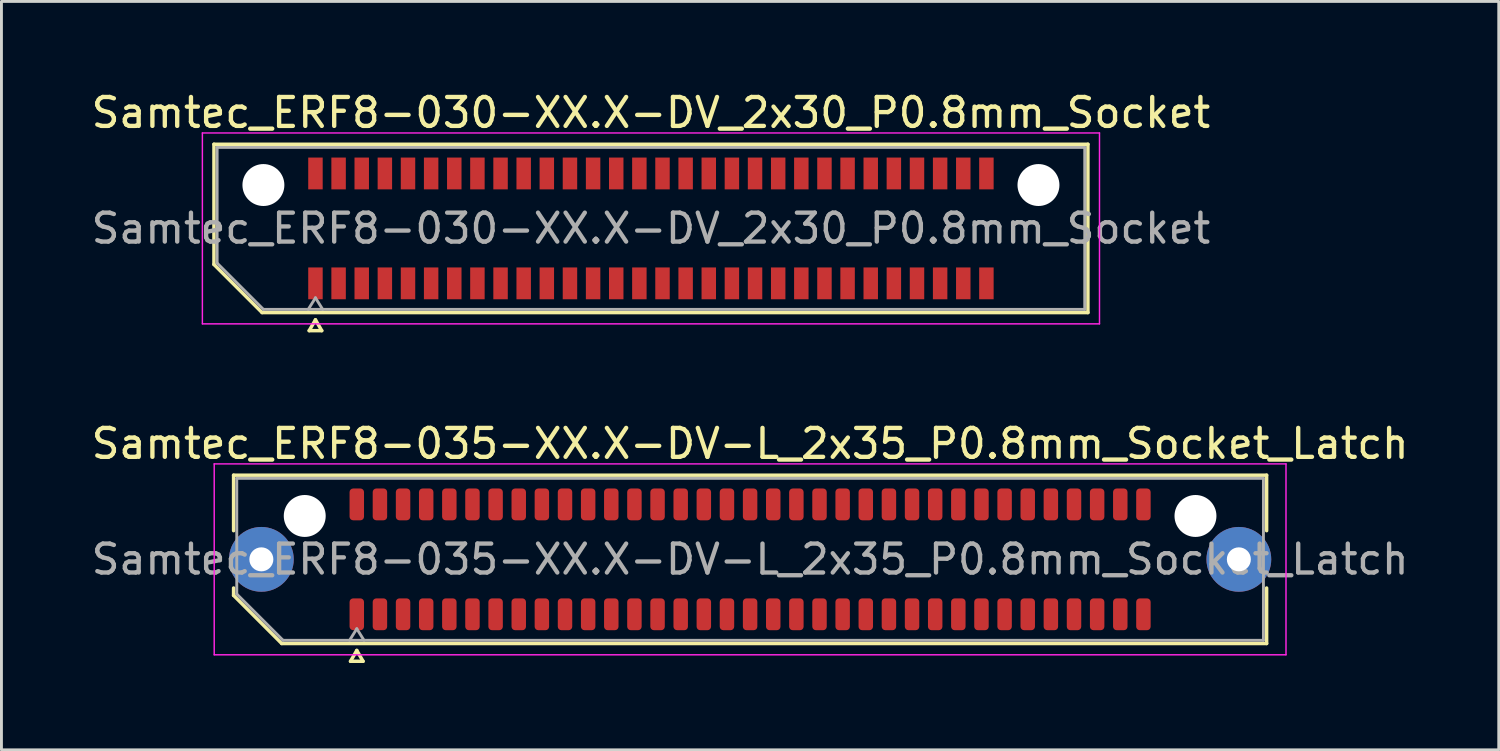
<source format=kicad_pcb>
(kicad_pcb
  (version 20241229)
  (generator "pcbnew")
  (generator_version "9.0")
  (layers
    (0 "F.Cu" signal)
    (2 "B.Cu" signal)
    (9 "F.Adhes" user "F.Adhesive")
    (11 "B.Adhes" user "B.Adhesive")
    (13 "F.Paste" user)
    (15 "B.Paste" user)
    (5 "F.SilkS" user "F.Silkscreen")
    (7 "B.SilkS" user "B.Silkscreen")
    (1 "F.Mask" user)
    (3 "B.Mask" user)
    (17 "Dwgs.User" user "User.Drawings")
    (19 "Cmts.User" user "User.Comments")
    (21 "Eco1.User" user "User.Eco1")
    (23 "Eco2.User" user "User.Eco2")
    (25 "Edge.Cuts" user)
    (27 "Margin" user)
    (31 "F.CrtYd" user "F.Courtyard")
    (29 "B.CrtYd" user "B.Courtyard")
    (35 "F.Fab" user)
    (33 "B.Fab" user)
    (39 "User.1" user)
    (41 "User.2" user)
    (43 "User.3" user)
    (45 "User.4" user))
  (footprint "Samtec_ERF8-035-XX.X-DV-L_2x35_P0.8mm_Socket_Latch"
    (layer "F.Cu")
    (at 22.887 16.291)
    (property "Reference" "Samtec_ERF8-035-XX.X-DV-L_2x35_P0.8mm_Socket_Latch" (at 0 -4 0) (layer "F.SilkS") (effects (font (size 1 1) (thickness 0.15))))
    (attr smd)
    (fp_line (start -17.86 -2.91) (end 17.86 -2.91) (stroke (width 0.12) (type solid)) (layer "F.SilkS"))
    (fp_line (start -17.86 -0.991) (end -17.86 -2.91) (stroke (width 0.12) (type solid)) (layer "F.SilkS"))
    (fp_line (start -17.86 1.246) (end -17.86 0.991) (stroke (width 0.12) (type solid)) (layer "F.SilkS"))
    (fp_line (start -16.196 2.91) (end -17.86 1.246) (stroke (width 0.12) (type solid)) (layer "F.SilkS"))
    (fp_line (start -13.817 3.525) (end -13.6 3.15) (stroke (width 0.12) (type solid)) (layer "F.SilkS"))
    (fp_line (start -13.6 3.15) (end -13.383 3.525) (stroke (width 0.12) (type solid)) (layer "F.SilkS"))
    (fp_line (start -13.383 3.525) (end -13.817 3.525) (stroke (width 0.12) (type solid)) (layer "F.SilkS"))
    (fp_line (start 17.86 -2.91) (end 17.86 -0.991) (stroke (width 0.12) (type solid)) (layer "F.SilkS"))
    (fp_line (start 17.86 0.991) (end 17.86 2.91) (stroke (width 0.12) (type solid)) (layer "F.SilkS"))
    (fp_line (start 17.86 2.91) (end -16.196 2.91) (stroke (width 0.12) (type solid)) (layer "F.SilkS"))
    (fp_line (start -18.53 -3.3) (end -18.53 3.3) (stroke (width 0.05) (type solid)) (layer "F.CrtYd"))
    (fp_line (start -18.53 3.3) (end 18.53 3.3) (stroke (width 0.05) (type solid)) (layer "F.CrtYd"))
    (fp_line (start 18.53 -3.3) (end -18.53 -3.3) (stroke (width 0.05) (type solid)) (layer "F.CrtYd"))
    (fp_line (start 18.53 3.3) (end 18.53 -3.3) (stroke (width 0.05) (type solid)) (layer "F.CrtYd"))
    (fp_line (start -17.75 -2.8) (end 17.75 -2.8) (stroke (width 0.1) (type solid)) (layer "F.Fab"))
    (fp_line (start -17.75 1.2) (end -17.75 -2.8) (stroke (width 0.1) (type solid)) (layer "F.Fab"))
    (fp_line (start -16.15 2.8) (end -17.75 1.2) (stroke (width 0.1) (type solid)) (layer "F.Fab"))
    (fp_line (start -13.6 2.4) (end -13.85 2.8) (stroke (width 0.1) (type solid)) (layer "F.Fab"))
    (fp_line (start -13.6 2.4) (end -13.35 2.8) (stroke (width 0.1) (type solid)) (layer "F.Fab"))
    (fp_line (start 17.75 -2.8) (end 17.75 2.8) (stroke (width 0.1) (type solid)) (layer "F.Fab"))
    (fp_line (start 17.75 2.8) (end -16.15 2.8) (stroke (width 0.1) (type solid)) (layer "F.Fab"))
    (fp_text user "${REFERENCE}" (at 0 0 0) (layer "F.Fab") (effects (font (size 1 1) (thickness 0.15))))
    (pad "" thru_hole circle (at -16.9 0) (size 2.24 2.24) (drill 0.83) (layers "*.Cu" "*.Mask" "F.Paste"))
    (pad "" np_thru_hole circle (at -15.4 -1.5) (size 1.45 1.45) (drill 1.45) (layers "*.Cu" "*.Mask"))
    (pad "" np_thru_hole circle (at 15.4 -1.5) (size 1.45 1.45) (drill 1.45) (layers "*.Cu" "*.Mask"))
    (pad "" thru_hole circle (at 16.9 0) (size 2.24 2.24) (drill 0.83) (layers "*.Cu" "*.Mask" "F.Paste"))
    (pad "1" smd roundrect (at -13.6 1.9) (size 0.5 1.1) (layers "F.Cu" "F.Mask" "F.Paste") (roundrect_rratio 0.25))
    (pad "2" smd roundrect (at -13.6 -1.9) (size 0.5 1.1) (layers "F.Cu" "F.Mask" "F.Paste") (roundrect_rratio 0.25))
    (pad "3" smd roundrect (at -12.8 1.9) (size 0.5 1.1) (layers "F.Cu" "F.Mask" "F.Paste") (roundrect_rratio 0.25))
    (pad "4" smd roundrect (at -12.8 -1.9) (size 0.5 1.1) (layers "F.Cu" "F.Mask" "F.Paste") (roundrect_rratio 0.25))
    (pad "5" smd roundrect (at -12 1.9) (size 0.5 1.1) (layers "F.Cu" "F.Mask" "F.Paste") (roundrect_rratio 0.25))
    (pad "6" smd roundrect (at -12 -1.9) (size 0.5 1.1) (layers "F.Cu" "F.Mask" "F.Paste") (roundrect_rratio 0.25))
    (pad "7" smd roundrect (at -11.2 1.9) (size 0.5 1.1) (layers "F.Cu" "F.Mask" "F.Paste") (roundrect_rratio 0.25))
    (pad "8" smd roundrect (at -11.2 -1.9) (size 0.5 1.1) (layers "F.Cu" "F.Mask" "F.Paste") (roundrect_rratio 0.25))
    (pad "9" smd roundrect (at -10.4 1.9) (size 0.5 1.1) (layers "F.Cu" "F.Mask" "F.Paste") (roundrect_rratio 0.25))
    (pad "10" smd roundrect (at -10.4 -1.9) (size 0.5 1.1) (layers "F.Cu" "F.Mask" "F.Paste") (roundrect_rratio 0.25))
    (pad "11" smd roundrect (at -9.6 1.9) (size 0.5 1.1) (layers "F.Cu" "F.Mask" "F.Paste") (roundrect_rratio 0.25))
    (pad "12" smd roundrect (at -9.6 -1.9) (size 0.5 1.1) (layers "F.Cu" "F.Mask" "F.Paste") (roundrect_rratio 0.25))
    (pad "13" smd roundrect (at -8.8 1.9) (size 0.5 1.1) (layers "F.Cu" "F.Mask" "F.Paste") (roundrect_rratio 0.25))
    (pad "14" smd roundrect (at -8.8 -1.9) (size 0.5 1.1) (layers "F.Cu" "F.Mask" "F.Paste") (roundrect_rratio 0.25))
    (pad "15" smd roundrect (at -8 1.9) (size 0.5 1.1) (layers "F.Cu" "F.Mask" "F.Paste") (roundrect_rratio 0.25))
    (pad "16" smd roundrect (at -8 -1.9) (size 0.5 1.1) (layers "F.Cu" "F.Mask" "F.Paste") (roundrect_rratio 0.25))
    (pad "17" smd roundrect (at -7.2 1.9) (size 0.5 1.1) (layers "F.Cu" "F.Mask" "F.Paste") (roundrect_rratio 0.25))
    (pad "18" smd roundrect (at -7.2 -1.9) (size 0.5 1.1) (layers "F.Cu" "F.Mask" "F.Paste") (roundrect_rratio 0.25))
    (pad "19" smd roundrect (at -6.4 1.9) (size 0.5 1.1) (layers "F.Cu" "F.Mask" "F.Paste") (roundrect_rratio 0.25))
    (pad "20" smd roundrect (at -6.4 -1.9) (size 0.5 1.1) (layers "F.Cu" "F.Mask" "F.Paste") (roundrect_rratio 0.25))
    (pad "21" smd roundrect (at -5.6 1.9) (size 0.5 1.1) (layers "F.Cu" "F.Mask" "F.Paste") (roundrect_rratio 0.25))
    (pad "22" smd roundrect (at -5.6 -1.9) (size 0.5 1.1) (layers "F.Cu" "F.Mask" "F.Paste") (roundrect_rratio 0.25))
    (pad "23" smd roundrect (at -4.8 1.9) (size 0.5 1.1) (layers "F.Cu" "F.Mask" "F.Paste") (roundrect_rratio 0.25))
    (pad "24" smd roundrect (at -4.8 -1.9) (size 0.5 1.1) (layers "F.Cu" "F.Mask" "F.Paste") (roundrect_rratio 0.25))
    (pad "25" smd roundrect (at -4 1.9) (size 0.5 1.1) (layers "F.Cu" "F.Mask" "F.Paste") (roundrect_rratio 0.25))
    (pad "26" smd roundrect (at -4 -1.9) (size 0.5 1.1) (layers "F.Cu" "F.Mask" "F.Paste") (roundrect_rratio 0.25))
    (pad "27" smd roundrect (at -3.2 1.9) (size 0.5 1.1) (layers "F.Cu" "F.Mask" "F.Paste") (roundrect_rratio 0.25))
    (pad "28" smd roundrect (at -3.2 -1.9) (size 0.5 1.1) (layers "F.Cu" "F.Mask" "F.Paste") (roundrect_rratio 0.25))
    (pad "29" smd roundrect (at -2.4 1.9) (size 0.5 1.1) (layers "F.Cu" "F.Mask" "F.Paste") (roundrect_rratio 0.25))
    (pad "30" smd roundrect (at -2.4 -1.9) (size 0.5 1.1) (layers "F.Cu" "F.Mask" "F.Paste") (roundrect_rratio 0.25))
    (pad "31" smd roundrect (at -1.6 1.9) (size 0.5 1.1) (layers "F.Cu" "F.Mask" "F.Paste") (roundrect_rratio 0.25))
    (pad "32" smd roundrect (at -1.6 -1.9) (size 0.5 1.1) (layers "F.Cu" "F.Mask" "F.Paste") (roundrect_rratio 0.25))
    (pad "33" smd roundrect (at -0.8 1.9) (size 0.5 1.1) (layers "F.Cu" "F.Mask" "F.Paste") (roundrect_rratio 0.25))
    (pad "34" smd roundrect (at -0.8 -1.9) (size 0.5 1.1) (layers "F.Cu" "F.Mask" "F.Paste") (roundrect_rratio 0.25))
    (pad "35" smd roundrect (at 0 1.9) (size 0.5 1.1) (layers "F.Cu" "F.Mask" "F.Paste") (roundrect_rratio 0.25))
    (pad "36" smd roundrect (at 0 -1.9) (size 0.5 1.1) (layers "F.Cu" "F.Mask" "F.Paste") (roundrect_rratio 0.25))
    (pad "37" smd roundrect (at 0.8 1.9) (size 0.5 1.1) (layers "F.Cu" "F.Mask" "F.Paste") (roundrect_rratio 0.25))
    (pad "38" smd roundrect (at 0.8 -1.9) (size 0.5 1.1) (layers "F.Cu" "F.Mask" "F.Paste") (roundrect_rratio 0.25))
    (pad "39" smd roundrect (at 1.6 1.9) (size 0.5 1.1) (layers "F.Cu" "F.Mask" "F.Paste") (roundrect_rratio 0.25))
    (pad "40" smd roundrect (at 1.6 -1.9) (size 0.5 1.1) (layers "F.Cu" "F.Mask" "F.Paste") (roundrect_rratio 0.25))
    (pad "41" smd roundrect (at 2.4 1.9) (size 0.5 1.1) (layers "F.Cu" "F.Mask" "F.Paste") (roundrect_rratio 0.25))
    (pad "42" smd roundrect (at 2.4 -1.9) (size 0.5 1.1) (layers "F.Cu" "F.Mask" "F.Paste") (roundrect_rratio 0.25))
    (pad "43" smd roundrect (at 3.2 1.9) (size 0.5 1.1) (layers "F.Cu" "F.Mask" "F.Paste") (roundrect_rratio 0.25))
    (pad "44" smd roundrect (at 3.2 -1.9) (size 0.5 1.1) (layers "F.Cu" "F.Mask" "F.Paste") (roundrect_rratio 0.25))
    (pad "45" smd roundrect (at 4 1.9) (size 0.5 1.1) (layers "F.Cu" "F.Mask" "F.Paste") (roundrect_rratio 0.25))
    (pad "46" smd roundrect (at 4 -1.9) (size 0.5 1.1) (layers "F.Cu" "F.Mask" "F.Paste") (roundrect_rratio 0.25))
    (pad "47" smd roundrect (at 4.8 1.9) (size 0.5 1.1) (layers "F.Cu" "F.Mask" "F.Paste") (roundrect_rratio 0.25))
    (pad "48" smd roundrect (at 4.8 -1.9) (size 0.5 1.1) (layers "F.Cu" "F.Mask" "F.Paste") (roundrect_rratio 0.25))
    (pad "49" smd roundrect (at 5.6 1.9) (size 0.5 1.1) (layers "F.Cu" "F.Mask" "F.Paste") (roundrect_rratio 0.25))
    (pad "50" smd roundrect (at 5.6 -1.9) (size 0.5 1.1) (layers "F.Cu" "F.Mask" "F.Paste") (roundrect_rratio 0.25))
    (pad "51" smd roundrect (at 6.4 1.9) (size 0.5 1.1) (layers "F.Cu" "F.Mask" "F.Paste") (roundrect_rratio 0.25))
    (pad "52" smd roundrect (at 6.4 -1.9) (size 0.5 1.1) (layers "F.Cu" "F.Mask" "F.Paste") (roundrect_rratio 0.25))
    (pad "53" smd roundrect (at 7.2 1.9) (size 0.5 1.1) (layers "F.Cu" "F.Mask" "F.Paste") (roundrect_rratio 0.25))
    (pad "54" smd roundrect (at 7.2 -1.9) (size 0.5 1.1) (layers "F.Cu" "F.Mask" "F.Paste") (roundrect_rratio 0.25))
    (pad "55" smd roundrect (at 8 1.9) (size 0.5 1.1) (layers "F.Cu" "F.Mask" "F.Paste") (roundrect_rratio 0.25))
    (pad "56" smd roundrect (at 8 -1.9) (size 0.5 1.1) (layers "F.Cu" "F.Mask" "F.Paste") (roundrect_rratio 0.25))
    (pad "57" smd roundrect (at 8.8 1.9) (size 0.5 1.1) (layers "F.Cu" "F.Mask" "F.Paste") (roundrect_rratio 0.25))
    (pad "58" smd roundrect (at 8.8 -1.9) (size 0.5 1.1) (layers "F.Cu" "F.Mask" "F.Paste") (roundrect_rratio 0.25))
    (pad "59" smd roundrect (at 9.6 1.9) (size 0.5 1.1) (layers "F.Cu" "F.Mask" "F.Paste") (roundrect_rratio 0.25))
    (pad "60" smd roundrect (at 9.6 -1.9) (size 0.5 1.1) (layers "F.Cu" "F.Mask" "F.Paste") (roundrect_rratio 0.25))
    (pad "61" smd roundrect (at 10.4 1.9) (size 0.5 1.1) (layers "F.Cu" "F.Mask" "F.Paste") (roundrect_rratio 0.25))
    (pad "62" smd roundrect (at 10.4 -1.9) (size 0.5 1.1) (layers "F.Cu" "F.Mask" "F.Paste") (roundrect_rratio 0.25))
    (pad "63" smd roundrect (at 11.2 1.9) (size 0.5 1.1) (layers "F.Cu" "F.Mask" "F.Paste") (roundrect_rratio 0.25))
    (pad "64" smd roundrect (at 11.2 -1.9) (size 0.5 1.1) (layers "F.Cu" "F.Mask" "F.Paste") (roundrect_rratio 0.25))
    (pad "65" smd roundrect (at 12 1.9) (size 0.5 1.1) (layers "F.Cu" "F.Mask" "F.Paste") (roundrect_rratio 0.25))
    (pad "66" smd roundrect (at 12 -1.9) (size 0.5 1.1) (layers "F.Cu" "F.Mask" "F.Paste") (roundrect_rratio 0.25))
    (pad "67" smd roundrect (at 12.8 1.9) (size 0.5 1.1) (layers "F.Cu" "F.Mask" "F.Paste") (roundrect_rratio 0.25))
    (pad "68" smd roundrect (at 12.8 -1.9) (size 0.5 1.1) (layers "F.Cu" "F.Mask" "F.Paste") (roundrect_rratio 0.25))
    (pad "69" smd roundrect (at 13.6 1.9) (size 0.5 1.1) (layers "F.Cu" "F.Mask" "F.Paste") (roundrect_rratio 0.25))
    (pad "70" smd roundrect (at 13.6 -1.9) (size 0.5 1.1) (layers "F.Cu" "F.Mask" "F.Paste") (roundrect_rratio 0.25)))
  (footprint "Samtec_ERF8-030-XX.X-DV_2x30_P0.8mm_Socket"
    (layer "F.Cu")
    (at 19.458 4.848)
    (property "Reference" "Samtec_ERF8-030-XX.X-DV_2x30_P0.8mm_Socket" (at 0 -4 0) (layer "F.SilkS") (effects (font (size 1 1) (thickness 0.15))))
    (attr smd)
    (fp_line (start -15.11 -2.91) (end 15.11 -2.91) (stroke (width 0.12) (type solid)) (layer "F.SilkS"))
    (fp_line (start -15.11 1.246) (end -15.11 -2.91) (stroke (width 0.12) (type solid)) (layer "F.SilkS"))
    (fp_line (start -13.446 2.91) (end -15.11 1.246) (stroke (width 0.12) (type solid)) (layer "F.SilkS"))
    (fp_line (start -11.817 3.535) (end -11.6 3.16) (stroke (width 0.12) (type solid)) (layer "F.SilkS"))
    (fp_line (start -11.6 3.16) (end -11.383 3.535) (stroke (width 0.12) (type solid)) (layer "F.SilkS"))
    (fp_line (start -11.383 3.535) (end -11.817 3.535) (stroke (width 0.12) (type solid)) (layer "F.SilkS"))
    (fp_line (start 15.11 -2.91) (end 15.11 2.91) (stroke (width 0.12) (type solid)) (layer "F.SilkS"))
    (fp_line (start 15.11 2.91) (end -13.446 2.91) (stroke (width 0.12) (type solid)) (layer "F.SilkS"))
    (fp_line (start -15.51 -3.3) (end -15.51 3.3) (stroke (width 0.05) (type solid)) (layer "F.CrtYd"))
    (fp_line (start -15.51 3.3) (end 15.51 3.3) (stroke (width 0.05) (type solid)) (layer "F.CrtYd"))
    (fp_line (start 15.51 -3.3) (end -15.51 -3.3) (stroke (width 0.05) (type solid)) (layer "F.CrtYd"))
    (fp_line (start 15.51 3.3) (end 15.51 -3.3) (stroke (width 0.05) (type solid)) (layer "F.CrtYd"))
    (fp_line (start -15 -2.8) (end 15 -2.8) (stroke (width 0.1) (type solid)) (layer "F.Fab"))
    (fp_line (start -15 1.2) (end -15 -2.8) (stroke (width 0.1) (type solid)) (layer "F.Fab"))
    (fp_line (start -13.4 2.8) (end -15 1.2) (stroke (width 0.1) (type solid)) (layer "F.Fab"))
    (fp_line (start -11.6 2.4) (end -11.85 2.8) (stroke (width 0.1) (type solid)) (layer "F.Fab"))
    (fp_line (start -11.6 2.4) (end -11.35 2.8) (stroke (width 0.1) (type solid)) (layer "F.Fab"))
    (fp_line (start 15 -2.8) (end 15 2.8) (stroke (width 0.1) (type solid)) (layer "F.Fab"))
    (fp_line (start 15 2.8) (end -13.4 2.8) (stroke (width 0.1) (type solid)) (layer "F.Fab"))
    (fp_text user "${REFERENCE}" (at 0 0 0) (layer "F.Fab") (effects (font (size 1 1) (thickness 0.15))))
    (pad "" np_thru_hole circle (at -13.4 -1.5) (size 1.45 1.45) (drill 1.45) (layers "*.Cu" "*.Mask"))
    (pad "" np_thru_hole circle (at 13.4 -1.5) (size 1.45 1.45) (drill 1.45) (layers "*.Cu" "*.Mask"))
    (pad "1" smd rect (at -11.6 1.9) (size 0.5 1.1) (layers "F.Cu" "F.Mask" "F.Paste"))
    (pad "2" smd rect (at -11.6 -1.9) (size 0.5 1.1) (layers "F.Cu" "F.Mask" "F.Paste"))
    (pad "3" smd rect (at -10.8 1.9) (size 0.5 1.1) (layers "F.Cu" "F.Mask" "F.Paste"))
    (pad "4" smd rect (at -10.8 -1.9) (size 0.5 1.1) (layers "F.Cu" "F.Mask" "F.Paste"))
    (pad "5" smd rect (at -10 1.9) (size 0.5 1.1) (layers "F.Cu" "F.Mask" "F.Paste"))
    (pad "6" smd rect (at -10 -1.9) (size 0.5 1.1) (layers "F.Cu" "F.Mask" "F.Paste"))
    (pad "7" smd rect (at -9.2 1.9) (size 0.5 1.1) (layers "F.Cu" "F.Mask" "F.Paste"))
    (pad "8" smd rect (at -9.2 -1.9) (size 0.5 1.1) (layers "F.Cu" "F.Mask" "F.Paste"))
    (pad "9" smd rect (at -8.4 1.9) (size 0.5 1.1) (layers "F.Cu" "F.Mask" "F.Paste"))
    (pad "10" smd rect (at -8.4 -1.9) (size 0.5 1.1) (layers "F.Cu" "F.Mask" "F.Paste"))
    (pad "11" smd rect (at -7.6 1.9) (size 0.5 1.1) (layers "F.Cu" "F.Mask" "F.Paste"))
    (pad "12" smd rect (at -7.6 -1.9) (size 0.5 1.1) (layers "F.Cu" "F.Mask" "F.Paste"))
    (pad "13" smd rect (at -6.8 1.9) (size 0.5 1.1) (layers "F.Cu" "F.Mask" "F.Paste"))
    (pad "14" smd rect (at -6.8 -1.9) (size 0.5 1.1) (layers "F.Cu" "F.Mask" "F.Paste"))
    (pad "15" smd rect (at -6 1.9) (size 0.5 1.1) (layers "F.Cu" "F.Mask" "F.Paste"))
    (pad "16" smd rect (at -6 -1.9) (size 0.5 1.1) (layers "F.Cu" "F.Mask" "F.Paste"))
    (pad "17" smd rect (at -5.2 1.9) (size 0.5 1.1) (layers "F.Cu" "F.Mask" "F.Paste"))
    (pad "18" smd rect (at -5.2 -1.9) (size 0.5 1.1) (layers "F.Cu" "F.Mask" "F.Paste"))
    (pad "19" smd rect (at -4.4 1.9) (size 0.5 1.1) (layers "F.Cu" "F.Mask" "F.Paste"))
    (pad "20" smd rect (at -4.4 -1.9) (size 0.5 1.1) (layers "F.Cu" "F.Mask" "F.Paste"))
    (pad "21" smd rect (at -3.6 1.9) (size 0.5 1.1) (layers "F.Cu" "F.Mask" "F.Paste"))
    (pad "22" smd rect (at -3.6 -1.9) (size 0.5 1.1) (layers "F.Cu" "F.Mask" "F.Paste"))
    (pad "23" smd rect (at -2.8 1.9) (size 0.5 1.1) (layers "F.Cu" "F.Mask" "F.Paste"))
    (pad "24" smd rect (at -2.8 -1.9) (size 0.5 1.1) (layers "F.Cu" "F.Mask" "F.Paste"))
    (pad "25" smd rect (at -2 1.9) (size 0.5 1.1) (layers "F.Cu" "F.Mask" "F.Paste"))
    (pad "26" smd rect (at -2 -1.9) (size 0.5 1.1) (layers "F.Cu" "F.Mask" "F.Paste"))
    (pad "27" smd rect (at -1.2 1.9) (size 0.5 1.1) (layers "F.Cu" "F.Mask" "F.Paste"))
    (pad "28" smd rect (at -1.2 -1.9) (size 0.5 1.1) (layers "F.Cu" "F.Mask" "F.Paste"))
    (pad "29" smd rect (at -0.4 1.9) (size 0.5 1.1) (layers "F.Cu" "F.Mask" "F.Paste"))
    (pad "30" smd rect (at -0.4 -1.9) (size 0.5 1.1) (layers "F.Cu" "F.Mask" "F.Paste"))
    (pad "31" smd rect (at 0.4 1.9) (size 0.5 1.1) (layers "F.Cu" "F.Mask" "F.Paste"))
    (pad "32" smd rect (at 0.4 -1.9) (size 0.5 1.1) (layers "F.Cu" "F.Mask" "F.Paste"))
    (pad "33" smd rect (at 1.2 1.9) (size 0.5 1.1) (layers "F.Cu" "F.Mask" "F.Paste"))
    (pad "34" smd rect (at 1.2 -1.9) (size 0.5 1.1) (layers "F.Cu" "F.Mask" "F.Paste"))
    (pad "35" smd rect (at 2 1.9) (size 0.5 1.1) (layers "F.Cu" "F.Mask" "F.Paste"))
    (pad "36" smd rect (at 2 -1.9) (size 0.5 1.1) (layers "F.Cu" "F.Mask" "F.Paste"))
    (pad "37" smd rect (at 2.8 1.9) (size 0.5 1.1) (layers "F.Cu" "F.Mask" "F.Paste"))
    (pad "38" smd rect (at 2.8 -1.9) (size 0.5 1.1) (layers "F.Cu" "F.Mask" "F.Paste"))
    (pad "39" smd rect (at 3.6 1.9) (size 0.5 1.1) (layers "F.Cu" "F.Mask" "F.Paste"))
    (pad "40" smd rect (at 3.6 -1.9) (size 0.5 1.1) (layers "F.Cu" "F.Mask" "F.Paste"))
    (pad "41" smd rect (at 4.4 1.9) (size 0.5 1.1) (layers "F.Cu" "F.Mask" "F.Paste"))
    (pad "42" smd rect (at 4.4 -1.9) (size 0.5 1.1) (layers "F.Cu" "F.Mask" "F.Paste"))
    (pad "43" smd rect (at 5.2 1.9) (size 0.5 1.1) (layers "F.Cu" "F.Mask" "F.Paste"))
    (pad "44" smd rect (at 5.2 -1.9) (size 0.5 1.1) (layers "F.Cu" "F.Mask" "F.Paste"))
    (pad "45" smd rect (at 6 1.9) (size 0.5 1.1) (layers "F.Cu" "F.Mask" "F.Paste"))
    (pad "46" smd rect (at 6 -1.9) (size 0.5 1.1) (layers "F.Cu" "F.Mask" "F.Paste"))
    (pad "47" smd rect (at 6.8 1.9) (size 0.5 1.1) (layers "F.Cu" "F.Mask" "F.Paste"))
    (pad "48" smd rect (at 6.8 -1.9) (size 0.5 1.1) (layers "F.Cu" "F.Mask" "F.Paste"))
    (pad "49" smd rect (at 7.6 1.9) (size 0.5 1.1) (layers "F.Cu" "F.Mask" "F.Paste"))
    (pad "50" smd rect (at 7.6 -1.9) (size 0.5 1.1) (layers "F.Cu" "F.Mask" "F.Paste"))
    (pad "51" smd rect (at 8.4 1.9) (size 0.5 1.1) (layers "F.Cu" "F.Mask" "F.Paste"))
    (pad "52" smd rect (at 8.4 -1.9) (size 0.5 1.1) (layers "F.Cu" "F.Mask" "F.Paste"))
    (pad "53" smd rect (at 9.2 1.9) (size 0.5 1.1) (layers "F.Cu" "F.Mask" "F.Paste"))
    (pad "54" smd rect (at 9.2 -1.9) (size 0.5 1.1) (layers "F.Cu" "F.Mask" "F.Paste"))
    (pad "55" smd rect (at 10 1.9) (size 0.5 1.1) (layers "F.Cu" "F.Mask" "F.Paste"))
    (pad "56" smd rect (at 10 -1.9) (size 0.5 1.1) (layers "F.Cu" "F.Mask" "F.Paste"))
    (pad "57" smd rect (at 10.8 1.9) (size 0.5 1.1) (layers "F.Cu" "F.Mask" "F.Paste"))
    (pad "58" smd rect (at 10.8 -1.9) (size 0.5 1.1) (layers "F.Cu" "F.Mask" "F.Paste"))
    (pad "59" smd rect (at 11.6 1.9) (size 0.5 1.1) (layers "F.Cu" "F.Mask" "F.Paste"))
    (pad "60" smd rect (at 11.6 -1.9) (size 0.5 1.1) (layers "F.Cu" "F.Mask" "F.Paste")))
  (gr_rect
    (start -3 -3)
    (end 48.774 22.877)
    (stroke (width 0.1) (type default))
    (fill no)
    (layer "Edge.Cuts")))
</source>
